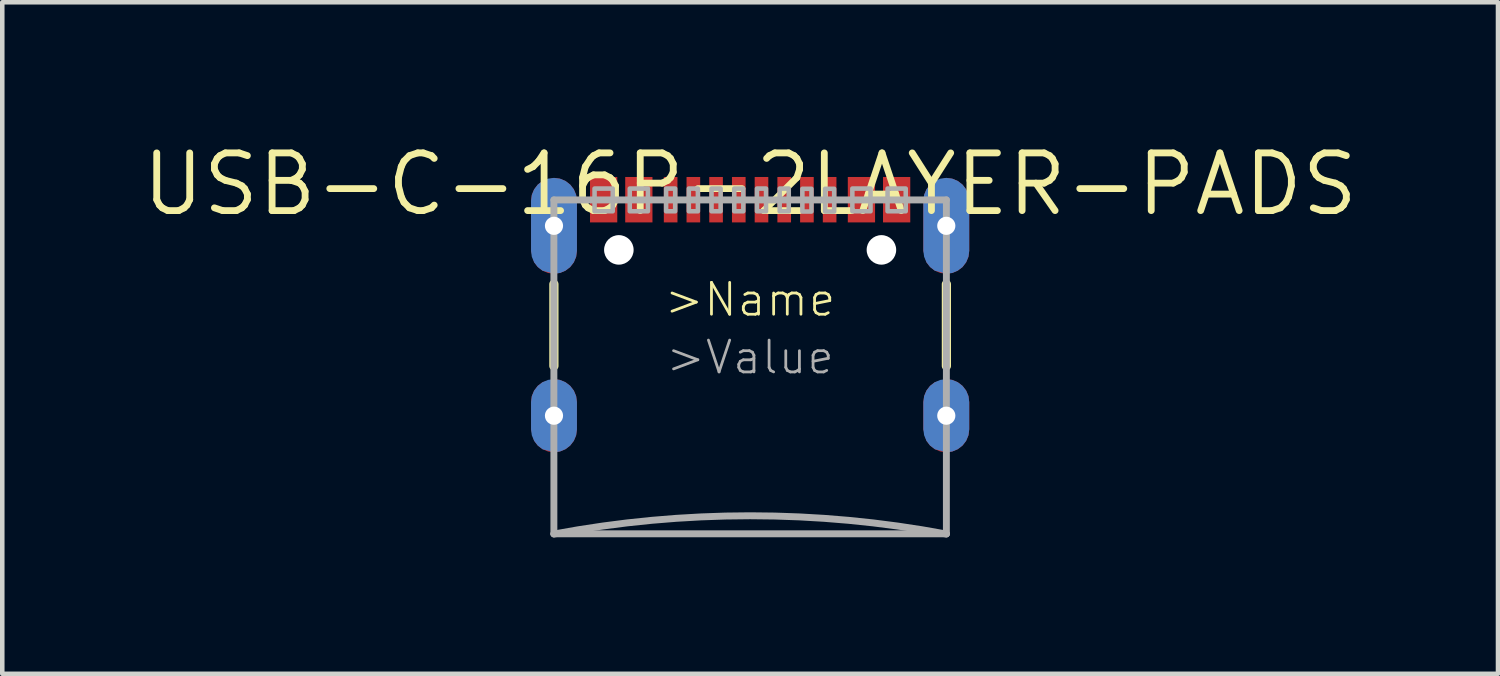
<source format=kicad_pcb>
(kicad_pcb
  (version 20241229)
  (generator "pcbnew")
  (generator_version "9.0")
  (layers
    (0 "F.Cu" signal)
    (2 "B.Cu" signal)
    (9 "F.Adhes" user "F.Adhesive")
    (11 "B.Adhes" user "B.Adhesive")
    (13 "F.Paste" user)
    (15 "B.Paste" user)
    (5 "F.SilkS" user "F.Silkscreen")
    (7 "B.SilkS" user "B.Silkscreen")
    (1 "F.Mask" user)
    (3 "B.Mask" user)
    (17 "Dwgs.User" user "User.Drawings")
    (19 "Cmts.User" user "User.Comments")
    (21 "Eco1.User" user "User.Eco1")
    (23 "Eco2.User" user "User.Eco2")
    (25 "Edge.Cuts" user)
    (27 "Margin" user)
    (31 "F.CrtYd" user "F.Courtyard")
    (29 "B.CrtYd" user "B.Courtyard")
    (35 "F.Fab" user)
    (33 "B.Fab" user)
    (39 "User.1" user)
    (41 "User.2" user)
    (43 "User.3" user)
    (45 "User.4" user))
  (footprint "USB-C-16P-2LAYER-PADS"
    (layer "F.Cu")
    (at 13.463 1.006)
    (property "Reference" "USB-C-16P-2LAYER-PADS" (at 0 0 0) (layer "F.SilkS") (effects (font (size 1.27 1.27) (thickness 0.15))))
    (fp_poly (pts (xy -4.187 -0.123) (xy -4.065 -0.072) (xy -3.961 0.008) (xy -3.881 0.112) (xy -3.83 0.234) (xy -3.813 0.365) (xy -3.813 1.465) (xy -3.83 1.596) (xy -3.881 1.718) (xy -3.961 1.822) (xy -4.065 1.902) (xy -4.187 1.953) (xy -4.318 1.97) (xy -4.449 1.953) (xy -4.571 1.902) (xy -4.675 1.822) (xy -4.756 1.717) (xy -4.823 1.466) (xy -4.823 0.365) (xy -4.806 0.234) (xy -4.755 0.112) (xy -4.675 0.008) (xy -4.57 -0.073) (xy -4.318 -0.14)) (stroke (width 0) (type solid)) (fill yes) (layer "F.Cu"))
    (fp_poly (pts (xy -4.187 4.307) (xy -4.065 4.358) (xy -3.961 4.438) (xy -3.881 4.542) (xy -3.83 4.664) (xy -3.813 4.795) (xy -3.813 5.395) (xy -3.83 5.526) (xy -3.881 5.648) (xy -3.961 5.752) (xy -4.065 5.832) (xy -4.187 5.883) (xy -4.318 5.9) (xy -4.449 5.883) (xy -4.571 5.832) (xy -4.675 5.752) (xy -4.756 5.647) (xy -4.823 5.396) (xy -4.823 4.795) (xy -4.806 4.664) (xy -4.755 4.542) (xy -4.675 4.438) (xy -4.57 4.357) (xy -4.318 4.29)) (stroke (width 0) (type solid)) (fill yes) (layer "F.Cu"))
    (fp_poly (pts (xy 4.449 -0.123) (xy 4.571 -0.072) (xy 4.675 0.008) (xy 4.755 0.112) (xy 4.806 0.234) (xy 4.823 0.365) (xy 4.823 1.465) (xy 4.806 1.596) (xy 4.755 1.718) (xy 4.675 1.822) (xy 4.571 1.902) (xy 4.449 1.953) (xy 4.318 1.97) (xy 4.187 1.953) (xy 4.065 1.902) (xy 3.961 1.822) (xy 3.88 1.717) (xy 3.813 1.466) (xy 3.813 0.365) (xy 3.83 0.234) (xy 3.881 0.112) (xy 3.961 0.008) (xy 4.066 -0.073) (xy 4.318 -0.14)) (stroke (width 0) (type solid)) (fill yes) (layer "F.Cu"))
    (fp_poly (pts (xy 4.449 4.307) (xy 4.571 4.358) (xy 4.675 4.438) (xy 4.755 4.542) (xy 4.806 4.664) (xy 4.823 4.795) (xy 4.823 5.395) (xy 4.806 5.526) (xy 4.755 5.648) (xy 4.675 5.752) (xy 4.571 5.832) (xy 4.449 5.883) (xy 4.318 5.9) (xy 4.187 5.883) (xy 4.065 5.832) (xy 3.961 5.752) (xy 3.88 5.647) (xy 3.813 5.396) (xy 3.813 4.795) (xy 3.83 4.664) (xy 3.881 4.542) (xy 3.961 4.438) (xy 4.066 4.357) (xy 4.318 4.29)) (stroke (width 0) (type solid)) (fill yes) (layer "F.Cu"))
    (fp_poly (pts (xy -4.169 -0.226) (xy -4.026 -0.173) (xy -3.902 -0.085) (xy -3.804 0.032) (xy -3.741 0.17) (xy -3.715 0.32) (xy -3.715 1.52) (xy -3.742 1.669) (xy -3.806 1.805) (xy -3.904 1.92) (xy -4.028 2.007) (xy -4.17 2.058) (xy -4.32 2.07) (xy -4.47 2.058) (xy -4.612 2.007) (xy -4.736 1.92) (xy -4.834 1.805) (xy -4.925 1.521) (xy -4.925 0.32) (xy -4.899 0.17) (xy -4.836 0.032) (xy -4.738 -0.085) (xy -4.614 -0.174) (xy -4.32 -0.24)) (stroke (width 0) (type solid)) (fill yes) (layer "F.Mask"))
    (fp_poly (pts (xy -4.163 4.211) (xy -4.017 4.273) (xy -3.891 4.37) (xy -3.795 4.496) (xy -3.735 4.643) (xy -3.715 4.8) (xy -3.715 5.4) (xy -3.736 5.556) (xy -3.797 5.701) (xy -3.893 5.825) (xy -4.018 5.921) (xy -4.164 5.98) (xy -4.32 6) (xy -4.476 5.98) (xy -4.622 5.921) (xy -4.747 5.825) (xy -4.843 5.701) (xy -4.925 5.401) (xy -4.925 4.8) (xy -4.905 4.643) (xy -4.845 4.496) (xy -4.749 4.37) (xy -4.623 4.272) (xy -4.32 4.19)) (stroke (width 0) (type solid)) (fill yes) (layer "F.Mask"))
    (fp_poly (pts (xy 4.471 -0.226) (xy 4.614 -0.173) (xy 4.738 -0.085) (xy 4.836 0.032) (xy 4.899 0.17) (xy 4.925 0.32) (xy 4.925 1.52) (xy 4.898 1.669) (xy 4.834 1.805) (xy 4.736 1.92) (xy 4.612 2.007) (xy 4.47 2.058) (xy 4.32 2.07) (xy 4.17 2.058) (xy 4.028 2.007) (xy 3.904 1.92) (xy 3.806 1.805) (xy 3.715 1.521) (xy 3.715 0.32) (xy 3.741 0.17) (xy 3.804 0.032) (xy 3.902 -0.085) (xy 4.026 -0.174) (xy 4.32 -0.24)) (stroke (width 0) (type solid)) (fill yes) (layer "F.Mask"))
    (fp_poly (pts (xy 4.477 4.211) (xy 4.623 4.273) (xy 4.749 4.37) (xy 4.845 4.496) (xy 4.905 4.643) (xy 4.925 4.8) (xy 4.925 5.4) (xy 4.904 5.556) (xy 4.843 5.701) (xy 4.747 5.825) (xy 4.622 5.921) (xy 4.476 5.98) (xy 4.32 6) (xy 4.164 5.98) (xy 4.018 5.921) (xy 3.893 5.825) (xy 3.797 5.701) (xy 3.715 5.401) (xy 3.715 4.8) (xy 3.735 4.643) (xy 3.795 4.496) (xy 3.891 4.37) (xy 4.017 4.272) (xy 4.32 4.19)) (stroke (width 0) (type solid)) (fill yes) (layer "F.Mask"))
    (fp_poly (pts (xy -4.187 -0.123) (xy -4.065 -0.072) (xy -3.961 0.008) (xy -3.881 0.112) (xy -3.83 0.234) (xy -3.813 0.365) (xy -3.813 1.465) (xy -3.83 1.596) (xy -3.881 1.718) (xy -3.961 1.822) (xy -4.065 1.902) (xy -4.187 1.953) (xy -4.318 1.97) (xy -4.57 1.903) (xy -4.675 1.822) (xy -4.755 1.718) (xy -4.806 1.596) (xy -4.823 1.465) (xy -4.823 0.365) (xy -4.806 0.234) (xy -4.755 0.112) (xy -4.675 0.008) (xy -4.571 -0.072) (xy -4.449 -0.123) (xy -4.318 -0.14)) (stroke (width 0) (type solid)) (fill yes) (layer "B.Cu"))
    (fp_poly (pts (xy -4.187 4.307) (xy -4.065 4.358) (xy -3.961 4.438) (xy -3.881 4.542) (xy -3.83 4.664) (xy -3.813 4.795) (xy -3.813 5.395) (xy -3.83 5.526) (xy -3.881 5.648) (xy -3.961 5.752) (xy -4.065 5.832) (xy -4.187 5.883) (xy -4.318 5.9) (xy -4.57 5.833) (xy -4.675 5.752) (xy -4.755 5.648) (xy -4.806 5.526) (xy -4.823 5.395) (xy -4.823 4.795) (xy -4.806 4.664) (xy -4.755 4.542) (xy -4.675 4.438) (xy -4.571 4.358) (xy -4.449 4.307) (xy -4.318 4.29)) (stroke (width 0) (type solid)) (fill yes) (layer "B.Cu"))
    (fp_poly (pts (xy 4.449 -0.123) (xy 4.571 -0.072) (xy 4.675 0.008) (xy 4.755 0.112) (xy 4.806 0.234) (xy 4.823 0.365) (xy 4.823 1.465) (xy 4.806 1.596) (xy 4.755 1.718) (xy 4.675 1.822) (xy 4.571 1.902) (xy 4.449 1.953) (xy 4.318 1.97) (xy 4.066 1.903) (xy 3.961 1.822) (xy 3.881 1.718) (xy 3.83 1.596) (xy 3.813 1.465) (xy 3.813 0.365) (xy 3.83 0.234) (xy 3.881 0.112) (xy 3.961 0.008) (xy 4.065 -0.072) (xy 4.187 -0.123) (xy 4.318 -0.14)) (stroke (width 0) (type solid)) (fill yes) (layer "B.Cu"))
    (fp_poly (pts (xy 4.449 4.307) (xy 4.571 4.358) (xy 4.675 4.438) (xy 4.755 4.542) (xy 4.806 4.664) (xy 4.823 4.795) (xy 4.823 5.395) (xy 4.806 5.526) (xy 4.755 5.648) (xy 4.675 5.752) (xy 4.571 5.832) (xy 4.449 5.883) (xy 4.318 5.9) (xy 4.066 5.833) (xy 3.961 5.752) (xy 3.881 5.648) (xy 3.83 5.526) (xy 3.813 5.395) (xy 3.813 4.795) (xy 3.83 4.664) (xy 3.881 4.542) (xy 3.961 4.438) (xy 4.065 4.358) (xy 4.187 4.307) (xy 4.318 4.29)) (stroke (width 0) (type solid)) (fill yes) (layer "B.Cu"))
    (fp_line (start -4.32 2.2) (end -4.32 4) (stroke (width 0.203) (type solid)) (layer "F.SilkS"))
    (fp_line (start 4.32 2.2) (end 4.32 4) (stroke (width 0.203) (type solid)) (layer "F.SilkS"))
    (fp_poly (pts (xy -4.219 -0.146) (xy -4.094 -0.103) (xy -3.984 -0.029) (xy -3.898 0.071) (xy -3.84 0.19) (xy -3.815 0.32) (xy -3.815 1.521) (xy -3.854 1.668) (xy -3.937 1.796) (xy -4.056 1.892) (xy -4.35 1.955) (xy -4.491 1.939) (xy -4.621 1.88) (xy -4.727 1.784) (xy -4.825 1.521) (xy -4.825 0.32) (xy -4.802 0.173) (xy -4.734 0.041) (xy -4.629 -0.065) (xy -4.351 -0.155)) (stroke (width 0) (type solid)) (fill yes) (layer "F.Paste"))
    (fp_poly (pts (xy -4.147 4.322) (xy -4.011 4.395) (xy -3.903 4.507) (xy -3.815 4.799) (xy -3.815 5.4) (xy -3.836 5.553) (xy -3.904 5.693) (xy -4.011 5.805) (xy -4.299 5.905) (xy -4.434 5.89) (xy -4.559 5.841) (xy -4.667 5.761) (xy -4.751 5.656) (xy -4.825 5.401) (xy -4.825 4.8) (xy -4.805 4.667) (xy -4.751 4.544) (xy -4.667 4.439) (xy -4.559 4.359) (xy -4.3 4.295)) (stroke (width 0) (type solid)) (fill yes) (layer "F.Paste"))
    (fp_poly (pts (xy 4.43 -0.145) (xy 4.553 -0.101) (xy 4.661 -0.026) (xy 4.745 0.073) (xy 4.801 0.191) (xy 4.825 0.32) (xy 4.825 1.521) (xy 4.787 1.667) (xy 4.707 1.794) (xy 4.59 1.89) (xy 4.3 1.955) (xy 4.164 1.949) (xy 4.035 1.902) (xy 3.927 1.816) (xy 3.815 1.571) (xy 3.815 0.37) (xy 3.827 0.239) (xy 3.873 0.115) (xy 3.949 0.007) (xy 4.05 -0.077) (xy 4.299 -0.155)) (stroke (width 0) (type solid)) (fill yes) (layer "F.Paste"))
    (fp_poly (pts (xy 4.434 4.31) (xy 4.559 4.359) (xy 4.667 4.439) (xy 4.751 4.544) (xy 4.805 4.667) (xy 4.825 4.8) (xy 4.825 5.4) (xy 4.806 5.552) (xy 4.74 5.691) (xy 4.635 5.803) (xy 4.351 5.905) (xy 4.221 5.899) (xy 4.097 5.859) (xy 3.989 5.789) (xy 3.901 5.692) (xy 3.815 5.451) (xy 3.815 4.85) (xy 3.824 4.715) (xy 3.867 4.586) (xy 3.942 4.472) (xy 4.045 4.382) (xy 4.299 4.295)) (stroke (width 0) (type solid)) (fill yes) (layer "F.Paste"))
    (fp_line (start -4.32 0.345) (end -4.32 1.965) (stroke (width 0.01) (type solid)) (layer "F.Fab"))
    (fp_line (start -4.32 0.345) (end 4.32 0.345) (stroke (width 0.152) (type solid)) (layer "F.Fab"))
    (fp_line (start -4.32 4.295) (end -4.32 5.895) (stroke (width 0.01) (type solid)) (layer "F.Fab"))
    (fp_line (start -4.32 7.695) (end -4.32 0.345) (stroke (width 0.152) (type solid)) (layer "F.Fab"))
    (fp_line (start -4.32 7.695) (end 4.32 7.695) (stroke (width 0.152) (type solid)) (layer "F.Fab"))
    (fp_line (start 4.32 0.345) (end 4.32 1.965) (stroke (width 0.01) (type solid)) (layer "F.Fab"))
    (fp_line (start 4.32 0.345) (end 4.32 7.695) (stroke (width 0.152) (type solid)) (layer "F.Fab"))
    (fp_line (start 4.32 4.295) (end 4.32 5.895) (stroke (width 0.01) (type solid)) (layer "F.Fab"))
    (fp_arc (start -4.32 7.7) (mid 0 7.297675) (end 4.32 7.7) (stroke (width 0.1524) (type solid)) (layer "F.Fab"))
    (fp_poly (pts (xy -3.425 0.595) (xy -3.025 0.595) (xy -3.025 0.095) (xy -3.425 0.095)) (stroke (width 0.1) (type solid)) (fill no) (layer "F.Fab"))
    (fp_poly (pts (xy -2.65 0.595) (xy -2.25 0.595) (xy -2.25 0.095) (xy -2.65 0.095)) (stroke (width 0.1) (type solid)) (fill no) (layer "F.Fab"))
    (fp_poly (pts (xy -1.85 0.595) (xy -1.65 0.595) (xy -1.65 0.095) (xy -1.85 0.095)) (stroke (width 0.1) (type solid)) (fill no) (layer "F.Fab"))
    (fp_poly (pts (xy -1.35 0.595) (xy -1.15 0.595) (xy -1.15 0.095) (xy -1.35 0.095)) (stroke (width 0.1) (type solid)) (fill no) (layer "F.Fab"))
    (fp_poly (pts (xy -0.85 0.595) (xy -0.65 0.595) (xy -0.65 0.095) (xy -0.85 0.095)) (stroke (width 0.1) (type solid)) (fill no) (layer "F.Fab"))
    (fp_poly (pts (xy -0.35 0.595) (xy -0.15 0.595) (xy -0.15 0.095) (xy -0.35 0.095)) (stroke (width 0.1) (type solid)) (fill no) (layer "F.Fab"))
    (fp_poly (pts (xy 0.15 0.595) (xy 0.35 0.595) (xy 0.35 0.095) (xy 0.15 0.095)) (stroke (width 0.1) (type solid)) (fill no) (layer "F.Fab"))
    (fp_poly (pts (xy 0.65 0.595) (xy 0.85 0.595) (xy 0.85 0.095) (xy 0.65 0.095)) (stroke (width 0.1) (type solid)) (fill no) (layer "F.Fab"))
    (fp_poly (pts (xy 1.15 0.6) (xy 1.35 0.6) (xy 1.35 0.1) (xy 1.15 0.1)) (stroke (width 0.1) (type solid)) (fill no) (layer "F.Fab"))
    (fp_poly (pts (xy 1.65 0.6) (xy 1.85 0.6) (xy 1.85 0.1) (xy 1.65 0.1)) (stroke (width 0.1) (type solid)) (fill no) (layer "F.Fab"))
    (fp_poly (pts (xy 2.25 0.595) (xy 2.65 0.595) (xy 2.65 0.095) (xy 2.25 0.095)) (stroke (width 0.1) (type solid)) (fill no) (layer "F.Fab"))
    (fp_poly (pts (xy 3.025 0.595) (xy 3.425 0.595) (xy 3.425 0.095) (xy 3.025 0.095)) (stroke (width 0.1) (type solid)) (fill no) (layer "F.Fab"))
    (fp_text user ">Name" (at 0 2.54 0) (layer "F.SilkS") (effects (font (size 0.701 0.701) (thickness 0.061))))
    (fp_text user ">Value" (at 0 3.81 0) (layer "F.Fab") (effects (font (size 0.701 0.701) (thickness 0.061))))
    (pad "" np_thru_hole circle (at -2.89 1.445) (size 0.65 0.65) (drill 0.65) (layers "*.Cu" "*.Mask"))
    (pad "" np_thru_hole circle (at 2.89 1.445) (size 0.65 0.65) (drill 0.65) (layers "*.Cu" "*.Mask"))
    (pad "A5" smd rect (at -1.25 0.34 180) (size 0.3 1) (layers "F.Cu" "F.Mask" "F.Paste"))
    (pad "A6" smd rect (at -0.25 0.34 180) (size 0.3 1) (layers "F.Cu" "F.Mask" "F.Paste"))
    (pad "A7" smd rect (at 0.25 0.34) (size 0.3 1) (layers "F.Cu" "F.Mask" "F.Paste"))
    (pad "A8" smd rect (at 1.25 0.34) (size 0.3 1) (layers "F.Cu" "F.Mask" "F.Paste"))
    (pad "B5" smd rect (at 1.75 0.34) (size 0.3 1) (layers "F.Cu" "F.Mask" "F.Paste"))
    (pad "B6" smd rect (at 0.75 0.34) (size 0.3 1) (layers "F.Cu" "F.Mask" "F.Paste"))
    (pad "B7" smd rect (at -0.75 0.34 180) (size 0.3 1) (layers "F.Cu" "F.Mask" "F.Paste"))
    (pad "B8" smd rect (at -1.75 0.34 180) (size 0.3 1) (layers "F.Cu" "F.Mask" "F.Paste"))
    (pad "GND" smd rect (at -3.225 0.34 180) (size 0.6 1) (layers "F.Cu" "F.Mask" "F.Paste"))
    (pad "GND2" smd rect (at 3.225 0.34) (size 0.6 1) (layers "F.Cu" "F.Mask" "F.Paste"))
    (pad "SHLD1" thru_hole oval (at -4.318 0.915 90) (size 1.2 0.6) (drill 0.4) (layers "*.Cu"))
    (pad "SHLD2" thru_hole oval (at 4.318 0.915 90) (size 1.2 0.6) (drill 0.4) (layers "*.Cu"))
    (pad "SHLD3" thru_hole oval (at -4.318 5.095 90) (size 1.2 0.6) (drill 0.4) (layers "*.Cu"))
    (pad "SHLD4" thru_hole oval (at 4.318 5.095 90) (size 1.2 0.6) (drill 0.4) (layers "*.Cu"))
    (pad "VBUS1" smd rect (at -2.45 0.34 180) (size 0.6 1) (layers "F.Cu" "F.Mask" "F.Paste"))
    (pad "VBUS2" smd rect (at 2.45 0.34) (size 0.6 1) (layers "F.Cu" "F.Mask" "F.Paste")))
  (gr_rect
    (start -3 -3)
    (end 29.926 11.782)
    (stroke (width 0.1) (type default))
    (fill no)
    (layer "Edge.Cuts")))
</source>
